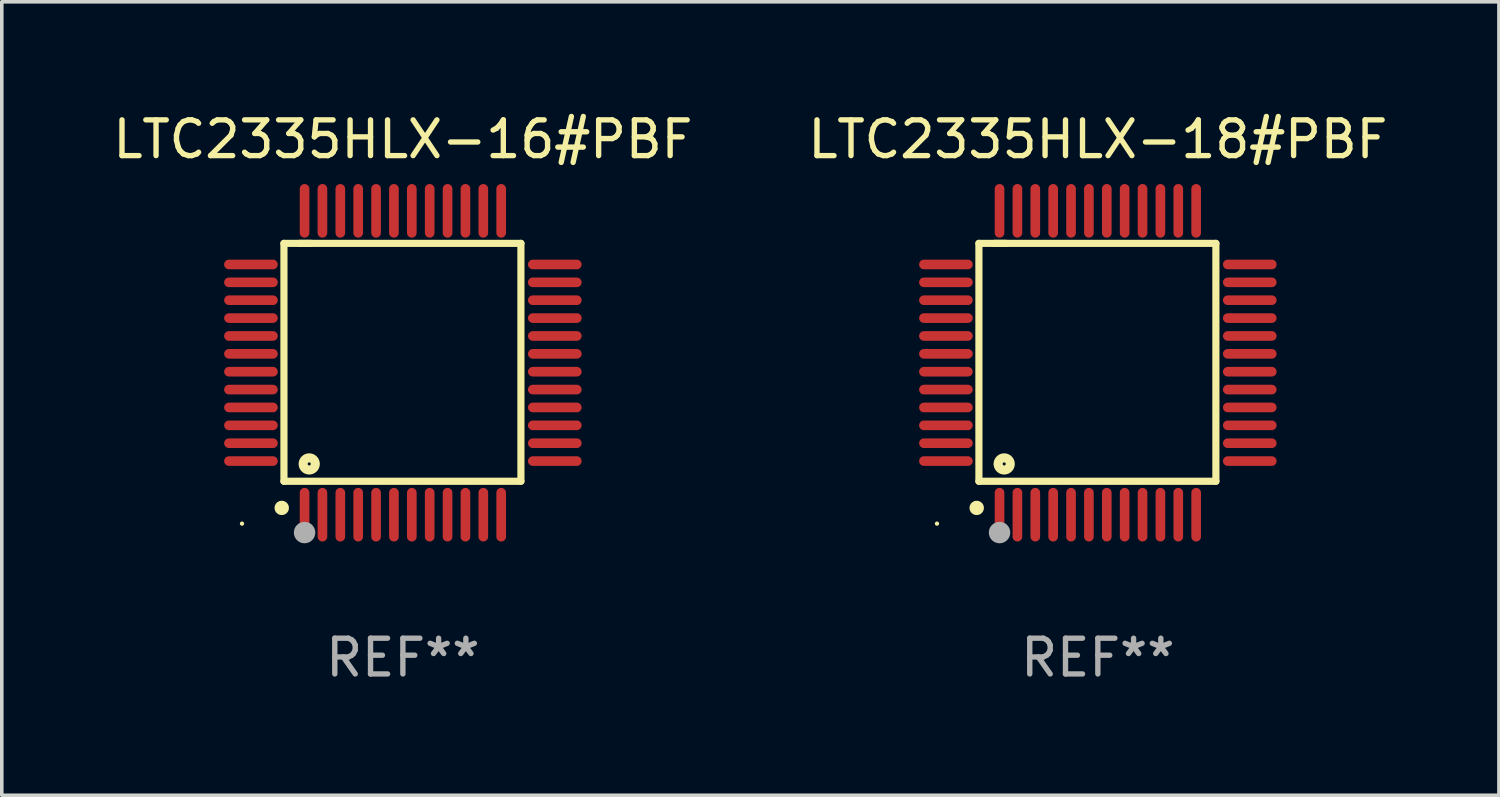
<source format=kicad_pcb>
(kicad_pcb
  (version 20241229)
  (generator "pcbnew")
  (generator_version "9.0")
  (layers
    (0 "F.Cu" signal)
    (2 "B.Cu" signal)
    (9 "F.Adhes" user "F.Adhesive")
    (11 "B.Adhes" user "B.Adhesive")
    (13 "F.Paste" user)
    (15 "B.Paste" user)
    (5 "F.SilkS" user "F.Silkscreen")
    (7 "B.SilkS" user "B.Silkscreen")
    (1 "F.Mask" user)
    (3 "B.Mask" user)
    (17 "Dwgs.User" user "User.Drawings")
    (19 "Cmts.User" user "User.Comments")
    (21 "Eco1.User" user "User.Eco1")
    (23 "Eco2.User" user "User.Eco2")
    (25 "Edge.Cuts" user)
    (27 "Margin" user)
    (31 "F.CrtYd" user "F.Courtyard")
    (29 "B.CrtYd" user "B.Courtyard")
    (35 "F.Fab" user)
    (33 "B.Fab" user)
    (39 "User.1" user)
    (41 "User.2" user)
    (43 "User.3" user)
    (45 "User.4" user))
  (footprint "LTC2335HLX-18#PBF"
    (layer "F.Cu")
    (at 27.661 7.098)
    (property "Reference" "LTC2335HLX-18#PBF" (at 0 -6.25 0) (layer "F.SilkS") (effects (font (size 1 1) (thickness 0.15))))
    (attr through_hole)
    (fp_line (start -3.327 -3.34) (end -2.565 -3.34) (stroke (width 0.2) (type solid)) (layer "F.SilkS"))
    (fp_line (start -3.327 3.315) (end -3.327 -3.34) (stroke (width 0.2) (type solid)) (layer "F.SilkS"))
    (fp_line (start -2.896 -3.34) (end 3.302 -3.34) (stroke (width 0.2) (type solid)) (layer "F.SilkS"))
    (fp_line (start 3.302 -3.34) (end 3.302 3.315) (stroke (width 0.2) (type solid)) (layer "F.SilkS"))
    (fp_line (start 3.302 3.315) (end -3.327 3.315) (stroke (width 0.2) (type solid)) (layer "F.SilkS"))
    (fp_arc (start -3.389992 4.059995) (mid -3.388722 4.059991) (end -3.387452 4.059995) (stroke (width 0.4) (type solid)) (layer "F.SilkS"))
    (fp_circle (center -4.5 4.5) (end -4.47 4.5) (stroke (width 0.06) (type solid)) (fill no) (layer "F.SilkS"))
    (fp_circle (center -2.62 2.83) (end -2.45 2.83) (stroke (width 0.254) (type solid)) (fill no) (layer "F.SilkS"))
    (fp_circle (center -2.75 4.75) (end -2.6 4.75) (stroke (width 0.3) (type solid)) (fill no) (layer "F.Fab"))
    (fp_text user "REF**" (at 0 8.25 0) (layer "F.Fab") (effects (font (size 1 1) (thickness 0.15))))
    (pad "1" smd oval (at -2.75 4.25) (size 0.27 1.5) (layers "F.Cu" "F.Mask" "F.Paste"))
    (pad "2" smd oval (at -2.25 4.25) (size 0.27 1.5) (layers "F.Cu" "F.Mask" "F.Paste"))
    (pad "3" smd oval (at -1.75 4.25) (size 0.27 1.5) (layers "F.Cu" "F.Mask" "F.Paste"))
    (pad "4" smd oval (at -1.25 4.25) (size 0.27 1.5) (layers "F.Cu" "F.Mask" "F.Paste"))
    (pad "5" smd oval (at -0.75 4.25) (size 0.27 1.5) (layers "F.Cu" "F.Mask" "F.Paste"))
    (pad "6" smd oval (at -0.25 4.25) (size 0.27 1.5) (layers "F.Cu" "F.Mask" "F.Paste"))
    (pad "7" smd oval (at 0.25 4.25) (size 0.27 1.5) (layers "F.Cu" "F.Mask" "F.Paste"))
    (pad "8" smd oval (at 0.75 4.25) (size 0.27 1.5) (layers "F.Cu" "F.Mask" "F.Paste"))
    (pad "9" smd oval (at 1.25 4.25) (size 0.27 1.5) (layers "F.Cu" "F.Mask" "F.Paste"))
    (pad "10" smd oval (at 1.75 4.25) (size 0.27 1.5) (layers "F.Cu" "F.Mask" "F.Paste"))
    (pad "11" smd oval (at 2.25 4.25) (size 0.27 1.5) (layers "F.Cu" "F.Mask" "F.Paste"))
    (pad "12" smd oval (at 2.75 4.25) (size 0.27 1.5) (layers "F.Cu" "F.Mask" "F.Paste"))
    (pad "13" smd oval (at 4.25 2.75) (size 1.5 0.27) (layers "F.Cu" "F.Mask" "F.Paste"))
    (pad "14" smd oval (at 4.25 2.25) (size 1.5 0.27) (layers "F.Cu" "F.Mask" "F.Paste"))
    (pad "15" smd oval (at 4.25 1.75) (size 1.5 0.27) (layers "F.Cu" "F.Mask" "F.Paste"))
    (pad "16" smd oval (at 4.25 1.25) (size 1.5 0.27) (layers "F.Cu" "F.Mask" "F.Paste"))
    (pad "17" smd oval (at 4.25 0.75) (size 1.5 0.27) (layers "F.Cu" "F.Mask" "F.Paste"))
    (pad "18" smd oval (at 4.25 0.25) (size 1.5 0.27) (layers "F.Cu" "F.Mask" "F.Paste"))
    (pad "19" smd oval (at 4.25 -0.25) (size 1.5 0.27) (layers "F.Cu" "F.Mask" "F.Paste"))
    (pad "20" smd oval (at 4.25 -0.75) (size 1.5 0.27) (layers "F.Cu" "F.Mask" "F.Paste"))
    (pad "21" smd oval (at 4.25 -1.25) (size 1.5 0.27) (layers "F.Cu" "F.Mask" "F.Paste"))
    (pad "22" smd oval (at 4.25 -1.75) (size 1.5 0.27) (layers "F.Cu" "F.Mask" "F.Paste"))
    (pad "23" smd oval (at 4.25 -2.25) (size 1.5 0.27) (layers "F.Cu" "F.Mask" "F.Paste"))
    (pad "24" smd oval (at 4.25 -2.75) (size 1.5 0.27) (layers "F.Cu" "F.Mask" "F.Paste"))
    (pad "25" smd oval (at 2.75 -4.25) (size 0.27 1.5) (layers "F.Cu" "F.Mask" "F.Paste"))
    (pad "26" smd oval (at 2.25 -4.25) (size 0.27 1.5) (layers "F.Cu" "F.Mask" "F.Paste"))
    (pad "27" smd oval (at 1.75 -4.25) (size 0.27 1.5) (layers "F.Cu" "F.Mask" "F.Paste"))
    (pad "28" smd oval (at 1.25 -4.25) (size 0.27 1.5) (layers "F.Cu" "F.Mask" "F.Paste"))
    (pad "29" smd oval (at 0.75 -4.25) (size 0.27 1.5) (layers "F.Cu" "F.Mask" "F.Paste"))
    (pad "30" smd oval (at 0.25 -4.25) (size 0.27 1.5) (layers "F.Cu" "F.Mask" "F.Paste"))
    (pad "31" smd oval (at -0.25 -4.25) (size 0.27 1.5) (layers "F.Cu" "F.Mask" "F.Paste"))
    (pad "32" smd oval (at -0.75 -4.25) (size 0.27 1.5) (layers "F.Cu" "F.Mask" "F.Paste"))
    (pad "33" smd oval (at -1.25 -4.25) (size 0.27 1.5) (layers "F.Cu" "F.Mask" "F.Paste"))
    (pad "34" smd oval (at -1.75 -4.25) (size 0.27 1.5) (layers "F.Cu" "F.Mask" "F.Paste"))
    (pad "35" smd oval (at -2.25 -4.25) (size 0.27 1.5) (layers "F.Cu" "F.Mask" "F.Paste"))
    (pad "36" smd oval (at -2.75 -4.25) (size 0.27 1.5) (layers "F.Cu" "F.Mask" "F.Paste"))
    (pad "37" smd oval (at -4.25 -2.75) (size 1.5 0.27) (layers "F.Cu" "F.Mask" "F.Paste"))
    (pad "38" smd oval (at -4.25 -2.25) (size 1.5 0.27) (layers "F.Cu" "F.Mask" "F.Paste"))
    (pad "39" smd oval (at -4.25 -1.75) (size 1.5 0.27) (layers "F.Cu" "F.Mask" "F.Paste"))
    (pad "40" smd oval (at -4.25 -1.25) (size 1.5 0.27) (layers "F.Cu" "F.Mask" "F.Paste"))
    (pad "41" smd oval (at -4.25 -0.75) (size 1.5 0.27) (layers "F.Cu" "F.Mask" "F.Paste"))
    (pad "42" smd oval (at -4.25 -0.25) (size 1.5 0.27) (layers "F.Cu" "F.Mask" "F.Paste"))
    (pad "43" smd oval (at -4.25 0.25) (size 1.5 0.27) (layers "F.Cu" "F.Mask" "F.Paste"))
    (pad "44" smd oval (at -4.25 0.75) (size 1.5 0.27) (layers "F.Cu" "F.Mask" "F.Paste"))
    (pad "45" smd oval (at -4.25 1.25) (size 1.5 0.27) (layers "F.Cu" "F.Mask" "F.Paste"))
    (pad "46" smd oval (at -4.25 1.75) (size 1.5 0.27) (layers "F.Cu" "F.Mask" "F.Paste"))
    (pad "47" smd oval (at -4.25 2.25) (size 1.5 0.27) (layers "F.Cu" "F.Mask" "F.Paste"))
    (pad "48" smd oval (at -4.25 2.75) (size 1.5 0.27) (layers "F.Cu" "F.Mask" "F.Paste")))
  (footprint "LTC2335HLX-16#PBF"
    (layer "F.Cu")
    (at 8.22 7.098)
    (property "Reference" "LTC2335HLX-16#PBF" (at 0 -6.25 0) (layer "F.SilkS") (effects (font (size 1 1) (thickness 0.15))))
    (attr through_hole)
    (fp_line (start -3.327 -3.34) (end -2.565 -3.34) (stroke (width 0.2) (type solid)) (layer "F.SilkS"))
    (fp_line (start -3.327 3.315) (end -3.327 -3.34) (stroke (width 0.2) (type solid)) (layer "F.SilkS"))
    (fp_line (start -2.896 -3.34) (end 3.302 -3.34) (stroke (width 0.2) (type solid)) (layer "F.SilkS"))
    (fp_line (start 3.302 -3.34) (end 3.302 3.315) (stroke (width 0.2) (type solid)) (layer "F.SilkS"))
    (fp_line (start 3.302 3.315) (end -3.327 3.315) (stroke (width 0.2) (type solid)) (layer "F.SilkS"))
    (fp_arc (start -3.389992 4.059995) (mid -3.388722 4.059991) (end -3.387452 4.059995) (stroke (width 0.4) (type solid)) (layer "F.SilkS"))
    (fp_circle (center -4.5 4.5) (end -4.47 4.5) (stroke (width 0.06) (type solid)) (fill no) (layer "F.SilkS"))
    (fp_circle (center -2.62 2.83) (end -2.45 2.83) (stroke (width 0.254) (type solid)) (fill no) (layer "F.SilkS"))
    (fp_circle (center -2.75 4.75) (end -2.6 4.75) (stroke (width 0.3) (type solid)) (fill no) (layer "F.Fab"))
    (fp_text user "REF**" (at 0 8.25 0) (layer "F.Fab") (effects (font (size 1 1) (thickness 0.15))))
    (pad "1" smd oval (at -2.75 4.25) (size 0.27 1.5) (layers "F.Cu" "F.Mask" "F.Paste"))
    (pad "2" smd oval (at -2.25 4.25) (size 0.27 1.5) (layers "F.Cu" "F.Mask" "F.Paste"))
    (pad "3" smd oval (at -1.75 4.25) (size 0.27 1.5) (layers "F.Cu" "F.Mask" "F.Paste"))
    (pad "4" smd oval (at -1.25 4.25) (size 0.27 1.5) (layers "F.Cu" "F.Mask" "F.Paste"))
    (pad "5" smd oval (at -0.75 4.25) (size 0.27 1.5) (layers "F.Cu" "F.Mask" "F.Paste"))
    (pad "6" smd oval (at -0.25 4.25) (size 0.27 1.5) (layers "F.Cu" "F.Mask" "F.Paste"))
    (pad "7" smd oval (at 0.25 4.25) (size 0.27 1.5) (layers "F.Cu" "F.Mask" "F.Paste"))
    (pad "8" smd oval (at 0.75 4.25) (size 0.27 1.5) (layers "F.Cu" "F.Mask" "F.Paste"))
    (pad "9" smd oval (at 1.25 4.25) (size 0.27 1.5) (layers "F.Cu" "F.Mask" "F.Paste"))
    (pad "10" smd oval (at 1.75 4.25) (size 0.27 1.5) (layers "F.Cu" "F.Mask" "F.Paste"))
    (pad "11" smd oval (at 2.25 4.25) (size 0.27 1.5) (layers "F.Cu" "F.Mask" "F.Paste"))
    (pad "12" smd oval (at 2.75 4.25) (size 0.27 1.5) (layers "F.Cu" "F.Mask" "F.Paste"))
    (pad "13" smd oval (at 4.25 2.75) (size 1.5 0.27) (layers "F.Cu" "F.Mask" "F.Paste"))
    (pad "14" smd oval (at 4.25 2.25) (size 1.5 0.27) (layers "F.Cu" "F.Mask" "F.Paste"))
    (pad "15" smd oval (at 4.25 1.75) (size 1.5 0.27) (layers "F.Cu" "F.Mask" "F.Paste"))
    (pad "16" smd oval (at 4.25 1.25) (size 1.5 0.27) (layers "F.Cu" "F.Mask" "F.Paste"))
    (pad "17" smd oval (at 4.25 0.75) (size 1.5 0.27) (layers "F.Cu" "F.Mask" "F.Paste"))
    (pad "18" smd oval (at 4.25 0.25) (size 1.5 0.27) (layers "F.Cu" "F.Mask" "F.Paste"))
    (pad "19" smd oval (at 4.25 -0.25) (size 1.5 0.27) (layers "F.Cu" "F.Mask" "F.Paste"))
    (pad "20" smd oval (at 4.25 -0.75) (size 1.5 0.27) (layers "F.Cu" "F.Mask" "F.Paste"))
    (pad "21" smd oval (at 4.25 -1.25) (size 1.5 0.27) (layers "F.Cu" "F.Mask" "F.Paste"))
    (pad "22" smd oval (at 4.25 -1.75) (size 1.5 0.27) (layers "F.Cu" "F.Mask" "F.Paste"))
    (pad "23" smd oval (at 4.25 -2.25) (size 1.5 0.27) (layers "F.Cu" "F.Mask" "F.Paste"))
    (pad "24" smd oval (at 4.25 -2.75) (size 1.5 0.27) (layers "F.Cu" "F.Mask" "F.Paste"))
    (pad "25" smd oval (at 2.75 -4.25) (size 0.27 1.5) (layers "F.Cu" "F.Mask" "F.Paste"))
    (pad "26" smd oval (at 2.25 -4.25) (size 0.27 1.5) (layers "F.Cu" "F.Mask" "F.Paste"))
    (pad "27" smd oval (at 1.75 -4.25) (size 0.27 1.5) (layers "F.Cu" "F.Mask" "F.Paste"))
    (pad "28" smd oval (at 1.25 -4.25) (size 0.27 1.5) (layers "F.Cu" "F.Mask" "F.Paste"))
    (pad "29" smd oval (at 0.75 -4.25) (size 0.27 1.5) (layers "F.Cu" "F.Mask" "F.Paste"))
    (pad "30" smd oval (at 0.25 -4.25) (size 0.27 1.5) (layers "F.Cu" "F.Mask" "F.Paste"))
    (pad "31" smd oval (at -0.25 -4.25) (size 0.27 1.5) (layers "F.Cu" "F.Mask" "F.Paste"))
    (pad "32" smd oval (at -0.75 -4.25) (size 0.27 1.5) (layers "F.Cu" "F.Mask" "F.Paste"))
    (pad "33" smd oval (at -1.25 -4.25) (size 0.27 1.5) (layers "F.Cu" "F.Mask" "F.Paste"))
    (pad "34" smd oval (at -1.75 -4.25) (size 0.27 1.5) (layers "F.Cu" "F.Mask" "F.Paste"))
    (pad "35" smd oval (at -2.25 -4.25) (size 0.27 1.5) (layers "F.Cu" "F.Mask" "F.Paste"))
    (pad "36" smd oval (at -2.75 -4.25) (size 0.27 1.5) (layers "F.Cu" "F.Mask" "F.Paste"))
    (pad "37" smd oval (at -4.25 -2.75) (size 1.5 0.27) (layers "F.Cu" "F.Mask" "F.Paste"))
    (pad "38" smd oval (at -4.25 -2.25) (size 1.5 0.27) (layers "F.Cu" "F.Mask" "F.Paste"))
    (pad "39" smd oval (at -4.25 -1.75) (size 1.5 0.27) (layers "F.Cu" "F.Mask" "F.Paste"))
    (pad "40" smd oval (at -4.25 -1.25) (size 1.5 0.27) (layers "F.Cu" "F.Mask" "F.Paste"))
    (pad "41" smd oval (at -4.25 -0.75) (size 1.5 0.27) (layers "F.Cu" "F.Mask" "F.Paste"))
    (pad "42" smd oval (at -4.25 -0.25) (size 1.5 0.27) (layers "F.Cu" "F.Mask" "F.Paste"))
    (pad "43" smd oval (at -4.25 0.25) (size 1.5 0.27) (layers "F.Cu" "F.Mask" "F.Paste"))
    (pad "44" smd oval (at -4.25 0.75) (size 1.5 0.27) (layers "F.Cu" "F.Mask" "F.Paste"))
    (pad "45" smd oval (at -4.25 1.25) (size 1.5 0.27) (layers "F.Cu" "F.Mask" "F.Paste"))
    (pad "46" smd oval (at -4.25 1.75) (size 1.5 0.27) (layers "F.Cu" "F.Mask" "F.Paste"))
    (pad "47" smd oval (at -4.25 2.25) (size 1.5 0.27) (layers "F.Cu" "F.Mask" "F.Paste"))
    (pad "48" smd oval (at -4.25 2.75) (size 1.5 0.27) (layers "F.Cu" "F.Mask" "F.Paste")))
  (gr_rect
    (start -3 -3)
    (end 38.881 19.196)
    (stroke (width 0.1) (type default))
    (fill no)
    (layer "Edge.Cuts")))
</source>
